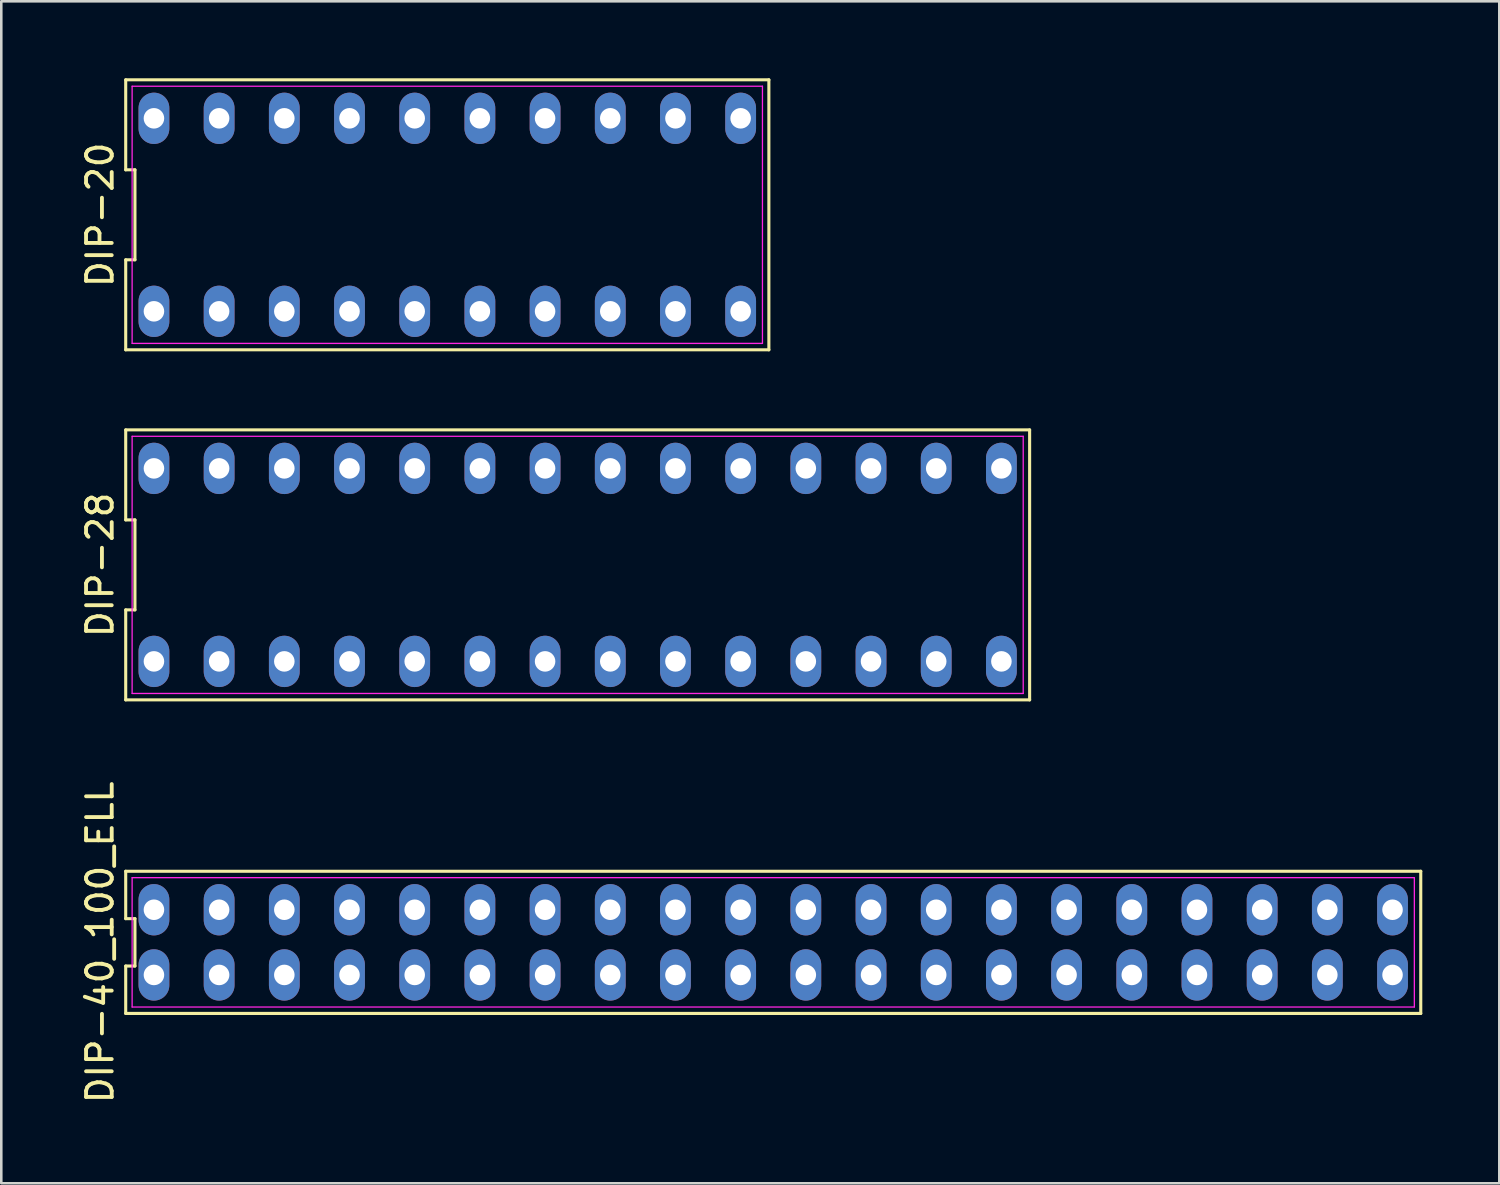
<source format=kicad_pcb>
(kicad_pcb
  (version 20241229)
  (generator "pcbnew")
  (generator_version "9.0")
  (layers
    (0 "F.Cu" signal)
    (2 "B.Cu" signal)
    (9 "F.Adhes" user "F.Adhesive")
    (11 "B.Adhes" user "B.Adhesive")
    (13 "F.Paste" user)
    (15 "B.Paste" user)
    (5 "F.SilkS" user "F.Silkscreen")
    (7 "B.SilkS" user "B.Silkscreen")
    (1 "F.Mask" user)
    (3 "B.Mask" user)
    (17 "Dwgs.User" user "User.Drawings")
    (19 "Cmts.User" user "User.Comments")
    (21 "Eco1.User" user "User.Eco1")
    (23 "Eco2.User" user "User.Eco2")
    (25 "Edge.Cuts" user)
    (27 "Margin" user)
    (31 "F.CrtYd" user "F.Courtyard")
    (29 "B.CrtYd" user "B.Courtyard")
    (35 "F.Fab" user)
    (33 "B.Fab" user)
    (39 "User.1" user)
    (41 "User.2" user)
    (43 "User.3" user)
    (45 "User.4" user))
  (footprint "DIP-28"
    (layer "F.Cu")
    (at 19.458 18.96)
    (property "Reference" "DIP-28" (at -18.61 0 90) (layer "F.SilkS") (effects (font (size 1 1) (thickness 0.15))))
    (attr through_hole)
    (fp_line (start -17.61 -5.26) (end -17.61 -1.753) (stroke (width 0.12) (type solid)) (layer "F.SilkS"))
    (fp_line (start -17.61 -1.753) (end -17.25 -1.753) (stroke (width 0.12) (type solid)) (layer "F.SilkS"))
    (fp_line (start -17.61 1.753) (end -17.61 5.26) (stroke (width 0.12) (type solid)) (layer "F.SilkS"))
    (fp_line (start -17.61 5.26) (end 17.61 5.26) (stroke (width 0.12) (type solid)) (layer "F.SilkS"))
    (fp_line (start -17.25 -1.753) (end -17.25 1.753) (stroke (width 0.12) (type solid)) (layer "F.SilkS"))
    (fp_line (start -17.25 1.753) (end -17.61 1.753) (stroke (width 0.12) (type solid)) (layer "F.SilkS"))
    (fp_line (start 17.61 -5.26) (end -17.61 -5.26) (stroke (width 0.12) (type solid)) (layer "F.SilkS"))
    (fp_line (start 17.61 5.26) (end 17.61 -5.26) (stroke (width 0.12) (type solid)) (layer "F.SilkS"))
    (fp_line (start -17.36 -5.01) (end 17.36 -5.01) (stroke (width 0.05) (type solid)) (layer "F.CrtYd"))
    (fp_line (start -17.36 5.01) (end -17.36 -5.01) (stroke (width 0.05) (type solid)) (layer "F.CrtYd"))
    (fp_line (start 17.36 -5.01) (end 17.36 5.01) (stroke (width 0.05) (type solid)) (layer "F.CrtYd"))
    (fp_line (start 17.36 5.01) (end -17.36 5.01) (stroke (width 0.05) (type solid)) (layer "F.CrtYd"))
    (pad "1" thru_hole oval (at -16.51 3.76) (size 1.2 2) (drill 0.8) (layers "*.Cu" "*.Mask"))
    (pad "2" thru_hole oval (at -13.97 3.76) (size 1.2 2) (drill 0.8) (layers "*.Cu" "*.Mask"))
    (pad "3" thru_hole oval (at -11.43 3.76) (size 1.2 2) (drill 0.8) (layers "*.Cu" "*.Mask"))
    (pad "4" thru_hole oval (at -8.89 3.76) (size 1.2 2) (drill 0.8) (layers "*.Cu" "*.Mask"))
    (pad "5" thru_hole oval (at -6.35 3.76) (size 1.2 2) (drill 0.8) (layers "*.Cu" "*.Mask"))
    (pad "6" thru_hole oval (at -3.81 3.76) (size 1.2 2) (drill 0.8) (layers "*.Cu" "*.Mask"))
    (pad "7" thru_hole oval (at -1.27 3.76) (size 1.2 2) (drill 0.8) (layers "*.Cu" "*.Mask"))
    (pad "8" thru_hole oval (at 1.27 3.76) (size 1.2 2) (drill 0.8) (layers "*.Cu" "*.Mask"))
    (pad "9" thru_hole oval (at 3.81 3.76) (size 1.2 2) (drill 0.8) (layers "*.Cu" "*.Mask"))
    (pad "10" thru_hole oval (at 6.35 3.76) (size 1.2 2) (drill 0.8) (layers "*.Cu" "*.Mask"))
    (pad "11" thru_hole oval (at 8.89 3.76) (size 1.2 2) (drill 0.8) (layers "*.Cu" "*.Mask"))
    (pad "12" thru_hole oval (at 11.43 3.76) (size 1.2 2) (drill 0.8) (layers "*.Cu" "*.Mask"))
    (pad "13" thru_hole oval (at 13.97 3.76) (size 1.2 2) (drill 0.8) (layers "*.Cu" "*.Mask"))
    (pad "14" thru_hole oval (at 16.51 3.76) (size 1.2 2) (drill 0.8) (layers "*.Cu" "*.Mask"))
    (pad "15" thru_hole oval (at 16.51 -3.76) (size 1.2 2) (drill 0.8) (layers "*.Cu" "*.Mask"))
    (pad "16" thru_hole oval (at 13.97 -3.76) (size 1.2 2) (drill 0.8) (layers "*.Cu" "*.Mask"))
    (pad "17" thru_hole oval (at 11.43 -3.76) (size 1.2 2) (drill 0.8) (layers "*.Cu" "*.Mask"))
    (pad "18" thru_hole oval (at 8.89 -3.76) (size 1.2 2) (drill 0.8) (layers "*.Cu" "*.Mask"))
    (pad "19" thru_hole oval (at 6.35 -3.76) (size 1.2 2) (drill 0.8) (layers "*.Cu" "*.Mask"))
    (pad "20" thru_hole oval (at 3.81 -3.76) (size 1.2 2) (drill 0.8) (layers "*.Cu" "*.Mask"))
    (pad "21" thru_hole oval (at 1.27 -3.76) (size 1.2 2) (drill 0.8) (layers "*.Cu" "*.Mask"))
    (pad "22" thru_hole oval (at -1.27 -3.76) (size 1.2 2) (drill 0.8) (layers "*.Cu" "*.Mask"))
    (pad "23" thru_hole oval (at -3.81 -3.76) (size 1.2 2) (drill 0.8) (layers "*.Cu" "*.Mask"))
    (pad "24" thru_hole oval (at -6.35 -3.76) (size 1.2 2) (drill 0.8) (layers "*.Cu" "*.Mask"))
    (pad "25" thru_hole oval (at -8.89 -3.76) (size 1.2 2) (drill 0.8) (layers "*.Cu" "*.Mask"))
    (pad "26" thru_hole oval (at -11.43 -3.76) (size 1.2 2) (drill 0.8) (layers "*.Cu" "*.Mask"))
    (pad "27" thru_hole oval (at -13.97 -3.76) (size 1.2 2) (drill 0.8) (layers "*.Cu" "*.Mask"))
    (pad "28" thru_hole oval (at -16.51 -3.76) (size 1.2 2) (drill 0.8) (layers "*.Cu" "*.Mask")))
  (footprint "DIP-40_100_ELL"
    (layer "F.Cu")
    (at 27.078 33.667)
    (property "Reference" "DIP-40_100_ELL" (at -26.23 0 90) (layer "F.SilkS") (effects (font (size 1 1) (thickness 0.15))))
    (fp_line (start -25.23 -2.77) (end -25.23 -0.923) (stroke (width 0.12) (type solid)) (layer "F.SilkS"))
    (fp_line (start -25.23 -0.923) (end -24.87 -0.923) (stroke (width 0.12) (type solid)) (layer "F.SilkS"))
    (fp_line (start -25.23 0.923) (end -25.23 2.77) (stroke (width 0.12) (type solid)) (layer "F.SilkS"))
    (fp_line (start -25.23 2.77) (end 25.23 2.77) (stroke (width 0.12) (type solid)) (layer "F.SilkS"))
    (fp_line (start -24.87 -0.923) (end -24.87 0.923) (stroke (width 0.12) (type solid)) (layer "F.SilkS"))
    (fp_line (start -24.87 0.923) (end -25.23 0.923) (stroke (width 0.12) (type solid)) (layer "F.SilkS"))
    (fp_line (start 25.23 -2.77) (end -25.23 -2.77) (stroke (width 0.12) (type solid)) (layer "F.SilkS"))
    (fp_line (start 25.23 2.77) (end 25.23 -2.77) (stroke (width 0.12) (type solid)) (layer "F.SilkS"))
    (fp_line (start -24.98 -2.52) (end 24.98 -2.52) (stroke (width 0.05) (type solid)) (layer "F.CrtYd"))
    (fp_line (start -24.98 2.52) (end -24.98 -2.52) (stroke (width 0.05) (type solid)) (layer "F.CrtYd"))
    (fp_line (start 24.98 -2.52) (end 24.98 2.52) (stroke (width 0.05) (type solid)) (layer "F.CrtYd"))
    (fp_line (start 24.98 2.52) (end -24.98 2.52) (stroke (width 0.05) (type solid)) (layer "F.CrtYd"))
    (pad "1" thru_hole oval (at -24.13 1.27) (size 1.2 2) (drill 0.8) (layers "*.Cu" "*.Mask"))
    (pad "2" thru_hole oval (at -21.59 1.27) (size 1.2 2) (drill 0.8) (layers "*.Cu" "*.Mask"))
    (pad "3" thru_hole oval (at -19.05 1.27) (size 1.2 2) (drill 0.8) (layers "*.Cu" "*.Mask"))
    (pad "4" thru_hole oval (at -16.51 1.27) (size 1.2 2) (drill 0.8) (layers "*.Cu" "*.Mask"))
    (pad "5" thru_hole oval (at -13.97 1.27) (size 1.2 2) (drill 0.8) (layers "*.Cu" "*.Mask"))
    (pad "6" thru_hole oval (at -11.43 1.27) (size 1.2 2) (drill 0.8) (layers "*.Cu" "*.Mask"))
    (pad "7" thru_hole oval (at -8.89 1.27) (size 1.2 2) (drill 0.8) (layers "*.Cu" "*.Mask"))
    (pad "8" thru_hole oval (at -6.35 1.27) (size 1.2 2) (drill 0.8) (layers "*.Cu" "*.Mask"))
    (pad "9" thru_hole oval (at -3.81 1.27) (size 1.2 2) (drill 0.8) (layers "*.Cu" "*.Mask"))
    (pad "10" thru_hole oval (at -1.27 1.27) (size 1.2 2) (drill 0.8) (layers "*.Cu" "*.Mask"))
    (pad "11" thru_hole oval (at 1.27 1.27) (size 1.2 2) (drill 0.8) (layers "*.Cu" "*.Mask"))
    (pad "12" thru_hole oval (at 3.81 1.27) (size 1.2 2) (drill 0.8) (layers "*.Cu" "*.Mask"))
    (pad "13" thru_hole oval (at 6.35 1.27) (size 1.2 2) (drill 0.8) (layers "*.Cu" "*.Mask"))
    (pad "14" thru_hole oval (at 8.89 1.27) (size 1.2 2) (drill 0.8) (layers "*.Cu" "*.Mask"))
    (pad "15" thru_hole oval (at 11.43 1.27) (size 1.2 2) (drill 0.8) (layers "*.Cu" "*.Mask"))
    (pad "16" thru_hole oval (at 13.97 1.27) (size 1.2 2) (drill 0.8) (layers "*.Cu" "*.Mask"))
    (pad "17" thru_hole oval (at 16.51 1.27) (size 1.2 2) (drill 0.8) (layers "*.Cu" "*.Mask"))
    (pad "18" thru_hole oval (at 19.05 1.27) (size 1.2 2) (drill 0.8) (layers "*.Cu" "*.Mask"))
    (pad "19" thru_hole oval (at 21.59 1.27) (size 1.2 2) (drill 0.8) (layers "*.Cu" "*.Mask"))
    (pad "20" thru_hole oval (at 24.13 1.27) (size 1.2 2) (drill 0.8) (layers "*.Cu" "*.Mask"))
    (pad "21" thru_hole oval (at 24.13 -1.27) (size 1.2 2) (drill 0.8) (layers "*.Cu" "*.Mask"))
    (pad "22" thru_hole oval (at 21.59 -1.27) (size 1.2 2) (drill 0.8) (layers "*.Cu" "*.Mask"))
    (pad "23" thru_hole oval (at 19.05 -1.27) (size 1.2 2) (drill 0.8) (layers "*.Cu" "*.Mask"))
    (pad "24" thru_hole oval (at 16.51 -1.27) (size 1.2 2) (drill 0.8) (layers "*.Cu" "*.Mask"))
    (pad "25" thru_hole oval (at 13.97 -1.27) (size 1.2 2) (drill 0.8) (layers "*.Cu" "*.Mask"))
    (pad "26" thru_hole oval (at 11.43 -1.27) (size 1.2 2) (drill 0.8) (layers "*.Cu" "*.Mask"))
    (pad "27" thru_hole oval (at 8.89 -1.27) (size 1.2 2) (drill 0.8) (layers "*.Cu" "*.Mask"))
    (pad "28" thru_hole oval (at 6.35 -1.27) (size 1.2 2) (drill 0.8) (layers "*.Cu" "*.Mask"))
    (pad "29" thru_hole oval (at 3.81 -1.27) (size 1.2 2) (drill 0.8) (layers "*.Cu" "*.Mask"))
    (pad "30" thru_hole oval (at 1.27 -1.27) (size 1.2 2) (drill 0.8) (layers "*.Cu" "*.Mask"))
    (pad "31" thru_hole oval (at -1.27 -1.27) (size 1.2 2) (drill 0.8) (layers "*.Cu" "*.Mask"))
    (pad "32" thru_hole oval (at -3.81 -1.27) (size 1.2 2) (drill 0.8) (layers "*.Cu" "*.Mask"))
    (pad "33" thru_hole oval (at -6.35 -1.27) (size 1.2 2) (drill 0.8) (layers "*.Cu" "*.Mask"))
    (pad "34" thru_hole oval (at -8.89 -1.27) (size 1.2 2) (drill 0.8) (layers "*.Cu" "*.Mask"))
    (pad "35" thru_hole oval (at -11.43 -1.27) (size 1.2 2) (drill 0.8) (layers "*.Cu" "*.Mask"))
    (pad "36" thru_hole oval (at -13.97 -1.27) (size 1.2 2) (drill 0.8) (layers "*.Cu" "*.Mask"))
    (pad "37" thru_hole oval (at -16.51 -1.27) (size 1.2 2) (drill 0.8) (layers "*.Cu" "*.Mask"))
    (pad "38" thru_hole oval (at -19.05 -1.27) (size 1.2 2) (drill 0.8) (layers "*.Cu" "*.Mask"))
    (pad "39" thru_hole oval (at -21.59 -1.27) (size 1.2 2) (drill 0.8) (layers "*.Cu" "*.Mask"))
    (pad "40" thru_hole oval (at -24.13 -1.27) (size 1.2 2) (drill 0.8) (layers "*.Cu" "*.Mask")))
  (footprint "DIP-20"
    (layer "F.Cu")
    (at 14.378 5.32)
    (property "Reference" "DIP-20" (at -13.53 0 90) (layer "F.SilkS") (effects (font (size 1 1) (thickness 0.15))))
    (attr through_hole)
    (fp_line (start -12.53 -5.26) (end -12.53 -1.753) (stroke (width 0.12) (type solid)) (layer "F.SilkS"))
    (fp_line (start -12.53 -1.753) (end -12.17 -1.753) (stroke (width 0.12) (type solid)) (layer "F.SilkS"))
    (fp_line (start -12.53 1.753) (end -12.53 5.26) (stroke (width 0.12) (type solid)) (layer "F.SilkS"))
    (fp_line (start -12.53 5.26) (end 12.53 5.26) (stroke (width 0.12) (type solid)) (layer "F.SilkS"))
    (fp_line (start -12.17 -1.753) (end -12.17 1.753) (stroke (width 0.12) (type solid)) (layer "F.SilkS"))
    (fp_line (start -12.17 1.753) (end -12.53 1.753) (stroke (width 0.12) (type solid)) (layer "F.SilkS"))
    (fp_line (start 12.53 -5.26) (end -12.53 -5.26) (stroke (width 0.12) (type solid)) (layer "F.SilkS"))
    (fp_line (start 12.53 5.26) (end 12.53 -5.26) (stroke (width 0.12) (type solid)) (layer "F.SilkS"))
    (fp_line (start -12.28 -5.01) (end 12.28 -5.01) (stroke (width 0.05) (type solid)) (layer "F.CrtYd"))
    (fp_line (start -12.28 5.01) (end -12.28 -5.01) (stroke (width 0.05) (type solid)) (layer "F.CrtYd"))
    (fp_line (start 12.28 -5.01) (end 12.28 5.01) (stroke (width 0.05) (type solid)) (layer "F.CrtYd"))
    (fp_line (start 12.28 5.01) (end -12.28 5.01) (stroke (width 0.05) (type solid)) (layer "F.CrtYd"))
    (pad "1" thru_hole oval (at -11.43 3.76) (size 1.2 2) (drill 0.8) (layers "*.Cu" "*.Mask"))
    (pad "2" thru_hole oval (at -8.89 3.76) (size 1.2 2) (drill 0.8) (layers "*.Cu" "*.Mask"))
    (pad "3" thru_hole oval (at -6.35 3.76) (size 1.2 2) (drill 0.8) (layers "*.Cu" "*.Mask"))
    (pad "4" thru_hole oval (at -3.81 3.76) (size 1.2 2) (drill 0.8) (layers "*.Cu" "*.Mask"))
    (pad "5" thru_hole oval (at -1.27 3.76) (size 1.2 2) (drill 0.8) (layers "*.Cu" "*.Mask"))
    (pad "6" thru_hole oval (at 1.27 3.76) (size 1.2 2) (drill 0.8) (layers "*.Cu" "*.Mask"))
    (pad "7" thru_hole oval (at 3.81 3.76) (size 1.2 2) (drill 0.8) (layers "*.Cu" "*.Mask"))
    (pad "8" thru_hole oval (at 6.35 3.76) (size 1.2 2) (drill 0.8) (layers "*.Cu" "*.Mask"))
    (pad "9" thru_hole oval (at 8.89 3.76) (size 1.2 2) (drill 0.8) (layers "*.Cu" "*.Mask"))
    (pad "10" thru_hole oval (at 11.43 3.76) (size 1.2 2) (drill 0.8) (layers "*.Cu" "*.Mask"))
    (pad "11" thru_hole oval (at 11.43 -3.76) (size 1.2 2) (drill 0.8) (layers "*.Cu" "*.Mask"))
    (pad "12" thru_hole oval (at 8.89 -3.76) (size 1.2 2) (drill 0.8) (layers "*.Cu" "*.Mask"))
    (pad "13" thru_hole oval (at 6.35 -3.76) (size 1.2 2) (drill 0.8) (layers "*.Cu" "*.Mask"))
    (pad "14" thru_hole oval (at 3.81 -3.76) (size 1.2 2) (drill 0.8) (layers "*.Cu" "*.Mask"))
    (pad "15" thru_hole oval (at 1.27 -3.76) (size 1.2 2) (drill 0.8) (layers "*.Cu" "*.Mask"))
    (pad "16" thru_hole oval (at -1.27 -3.76) (size 1.2 2) (drill 0.8) (layers "*.Cu" "*.Mask"))
    (pad "17" thru_hole oval (at -3.81 -3.76) (size 1.2 2) (drill 0.8) (layers "*.Cu" "*.Mask"))
    (pad "18" thru_hole oval (at -6.35 -3.76) (size 1.2 2) (drill 0.8) (layers "*.Cu" "*.Mask"))
    (pad "19" thru_hole oval (at -8.89 -3.76) (size 1.2 2) (drill 0.8) (layers "*.Cu" "*.Mask"))
    (pad "20" thru_hole oval (at -11.43 -3.76) (size 1.2 2) (drill 0.8) (layers "*.Cu" "*.Mask")))
  (gr_rect
    (start -3 -3)
    (end 55.368 43.054)
    (stroke (width 0.1) (type default))
    (fill no)
    (layer "Edge.Cuts")))
</source>
